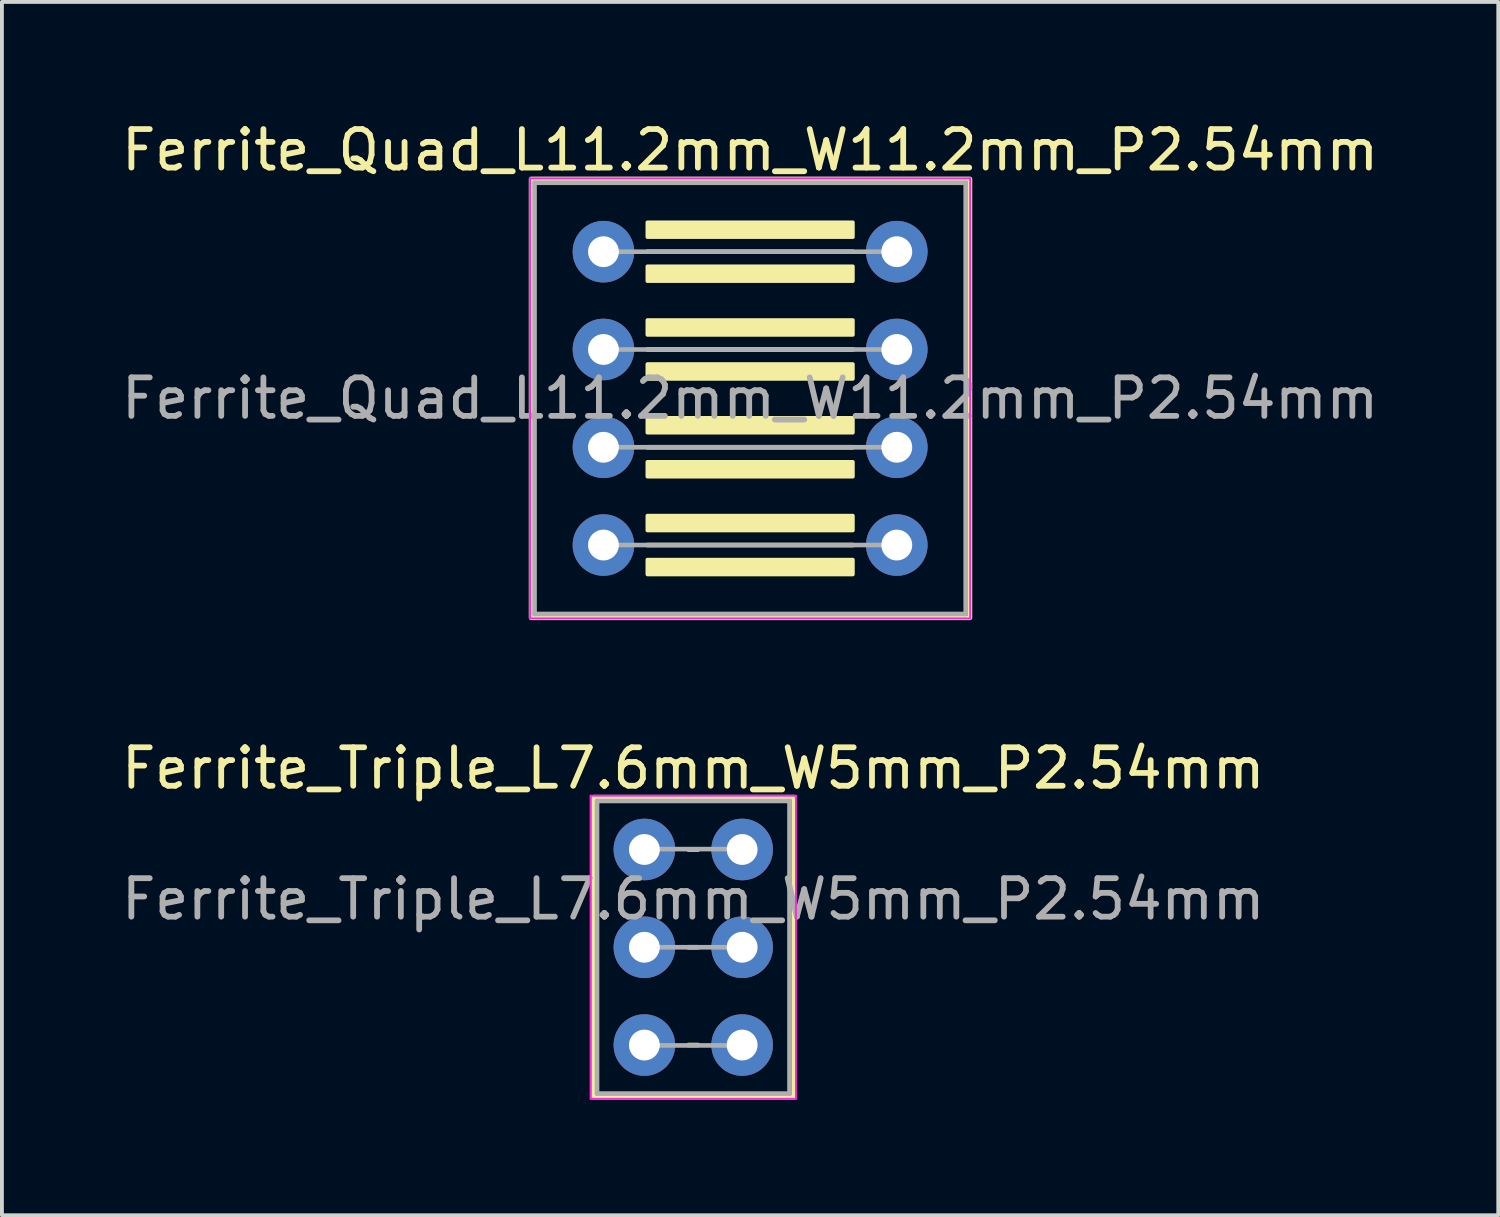
<source format=kicad_pcb>
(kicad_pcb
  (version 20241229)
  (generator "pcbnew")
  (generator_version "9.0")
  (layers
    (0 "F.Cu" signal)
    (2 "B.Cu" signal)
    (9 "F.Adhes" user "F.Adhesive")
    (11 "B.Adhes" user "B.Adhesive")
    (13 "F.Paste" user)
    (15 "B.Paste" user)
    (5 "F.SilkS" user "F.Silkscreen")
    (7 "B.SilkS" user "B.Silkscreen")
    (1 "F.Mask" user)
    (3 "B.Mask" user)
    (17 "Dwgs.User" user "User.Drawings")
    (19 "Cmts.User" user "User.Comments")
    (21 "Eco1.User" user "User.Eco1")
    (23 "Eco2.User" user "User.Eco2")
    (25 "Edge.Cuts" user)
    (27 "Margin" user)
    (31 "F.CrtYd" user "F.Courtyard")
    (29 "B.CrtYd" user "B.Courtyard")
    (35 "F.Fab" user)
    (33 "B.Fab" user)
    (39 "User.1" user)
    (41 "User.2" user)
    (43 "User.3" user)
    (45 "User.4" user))
  (footprint "Ferrite_Triple_L7.6mm_W5mm_P2.54mm"
    (layer "F.Cu")
    (at 14.958 21.556)
    (property "Reference" "Ferrite_Triple_L7.6mm_W5mm_P2.54mm" (at 0 -4.65 0) (layer "F.SilkS") (effects (font (size 1 1) (thickness 0.15))))
    (attr through_hole)
    (fp_line (start -0.127 -2.54) (end 0.127 -2.54) (stroke (width 0.12) (type solid)) (layer "F.SilkS"))
    (fp_line (start -0.127 0) (end 0.127 0) (stroke (width 0.12) (type solid)) (layer "F.SilkS"))
    (fp_line (start -0.127 2.54) (end 0.127 2.54) (stroke (width 0.12) (type solid)) (layer "F.SilkS"))
    (fp_rect (start -2.59 -3.9) (end 2.61 3.9) (stroke (width 0.12) (type solid)) (fill no) (layer "F.SilkS"))
    (fp_line (start -2.667 -3.937) (end 2.667 -3.937) (stroke (width 0.05) (type solid)) (layer "F.CrtYd"))
    (fp_line (start -2.667 3.937) (end -2.667 -3.937) (stroke (width 0.05) (type solid)) (layer "F.CrtYd"))
    (fp_line (start 2.667 -3.937) (end 2.667 3.937) (stroke (width 0.05) (type solid)) (layer "F.CrtYd"))
    (fp_line (start 2.667 3.937) (end -2.667 3.937) (stroke (width 0.05) (type solid)) (layer "F.CrtYd"))
    (fp_line (start -2.5 -3.8) (end 2.5 -3.8) (stroke (width 0.12) (type solid)) (layer "F.Fab"))
    (fp_line (start -2.5 3.8) (end -2.5 -3.8) (stroke (width 0.12) (type solid)) (layer "F.Fab"))
    (fp_line (start -1.25 -2.55) (end 1.3 -2.55) (stroke (width 0.12) (type solid)) (layer "F.Fab"))
    (fp_line (start -1.25 0) (end 1.3 0) (stroke (width 0.12) (type solid)) (layer "F.Fab"))
    (fp_line (start -1.25 2.55) (end 1.3 2.55) (stroke (width 0.12) (type solid)) (layer "F.Fab"))
    (fp_line (start 2.5 -3.8) (end 2.5 3.8) (stroke (width 0.12) (type solid)) (layer "F.Fab"))
    (fp_line (start 2.5 3.8) (end -2.5 3.8) (stroke (width 0.12) (type solid)) (layer "F.Fab"))
    (fp_text user "${REFERENCE}" (at 0 -1.25 0) (layer "F.Fab") (effects (font (size 1 1) (thickness 0.15))))
    (pad "1" thru_hole circle (at -1.27 -2.54) (size 1.6 1.6) (drill 0.8) (layers "*.Cu" "*.Mask"))
    (pad "2" thru_hole circle (at -1.27 0) (size 1.6 1.6) (drill 0.8) (layers "*.Cu" "*.Mask"))
    (pad "3" thru_hole circle (at -1.27 2.54) (size 1.6 1.6) (drill 0.8) (layers "*.Cu" "*.Mask"))
    (pad "4" thru_hole circle (at 1.27 2.54) (size 1.6 1.6) (drill 0.8) (layers "*.Cu" "*.Mask"))
    (pad "5" thru_hole circle (at 1.27 0) (size 1.6 1.6) (drill 0.8) (layers "*.Cu" "*.Mask"))
    (pad "6" thru_hole circle (at 1.27 -2.54) (size 1.6 1.6) (drill 0.8) (layers "*.Cu" "*.Mask")))
  (footprint "Ferrite_Quad_L11.2mm_W11.2mm_P2.54mm"
    (layer "F.Cu")
    (at 16.435 7.298)
    (property "Reference" "Ferrite_Quad_L11.2mm_W11.2mm_P2.54mm" (at 0 -6.45 0) (layer "F.SilkS") (effects (font (size 1 1) (thickness 0.15))))
    (attr through_hole)
    (fp_line (start -2.667 -3.81) (end 2.667 -3.81) (stroke (width 0.12) (type solid)) (layer "F.SilkS"))
    (fp_line (start -2.667 1.27) (end 2.667 1.27) (stroke (width 0.12) (type solid)) (layer "F.SilkS"))
    (fp_line (start 2.667 -1.27) (end -2.667 -1.27) (stroke (width 0.12) (type solid)) (layer "F.SilkS"))
    (fp_line (start 2.667 3.81) (end -2.667 3.81) (stroke (width 0.12) (type solid)) (layer "F.SilkS"))
    (fp_rect (start -5.69 -5.7) (end 5.71 5.7) (stroke (width 0.12) (type solid)) (fill no) (layer "F.SilkS"))
    (fp_poly (pts (xy 2.667 -4.191) (xy -2.667 -4.191) (xy -2.667 -4.572) (xy 2.667 -4.572)) (stroke (width 0.1) (type solid)) (fill yes) (layer "F.SilkS"))
    (fp_poly (pts (xy 2.667 -3.048) (xy -2.667 -3.048) (xy -2.667 -3.429) (xy 2.667 -3.429)) (stroke (width 0.1) (type solid)) (fill yes) (layer "F.SilkS"))
    (fp_poly (pts (xy 2.667 -1.651) (xy -2.667 -1.651) (xy -2.667 -2.032) (xy 2.667 -2.032)) (stroke (width 0.1) (type solid)) (fill yes) (layer "F.SilkS"))
    (fp_poly (pts (xy 2.667 -0.508) (xy -2.667 -0.508) (xy -2.667 -0.889) (xy 2.667 -0.889)) (stroke (width 0.1) (type solid)) (fill yes) (layer "F.SilkS"))
    (fp_poly (pts (xy 2.667 0.889) (xy -2.667 0.889) (xy -2.667 0.508) (xy 2.667 0.508)) (stroke (width 0.1) (type solid)) (fill yes) (layer "F.SilkS"))
    (fp_poly (pts (xy 2.667 2.032) (xy -2.667 2.032) (xy -2.667 1.651) (xy 2.667 1.651)) (stroke (width 0.1) (type solid)) (fill yes) (layer "F.SilkS"))
    (fp_poly (pts (xy 2.667 3.429) (xy -2.667 3.429) (xy -2.667 3.048) (xy 2.667 3.048)) (stroke (width 0.1) (type solid)) (fill yes) (layer "F.SilkS"))
    (fp_poly (pts (xy 2.667 4.572) (xy -2.667 4.572) (xy -2.667 4.191) (xy 2.667 4.191)) (stroke (width 0.1) (type solid)) (fill yes) (layer "F.SilkS"))
    (fp_line (start -5.715 -5.715) (end 5.715 -5.715) (stroke (width 0.05) (type solid)) (layer "F.CrtYd"))
    (fp_line (start -5.715 5.715) (end -5.715 -5.715) (stroke (width 0.05) (type solid)) (layer "F.CrtYd"))
    (fp_line (start 5.715 -5.715) (end 5.715 5.715) (stroke (width 0.05) (type solid)) (layer "F.CrtYd"))
    (fp_line (start 5.715 5.715) (end -5.715 5.715) (stroke (width 0.05) (type solid)) (layer "F.CrtYd"))
    (fp_line (start -5.6 -5.6) (end 5.6 -5.6) (stroke (width 0.12) (type solid)) (layer "F.Fab"))
    (fp_line (start -5.6 5.6) (end -5.6 -5.6) (stroke (width 0.12) (type solid)) (layer "F.Fab"))
    (fp_line (start -3.81 -3.81) (end 3.81 -3.81) (stroke (width 0.12) (type solid)) (layer "F.Fab"))
    (fp_line (start -3.81 -1.27) (end 3.81 -1.27) (stroke (width 0.12) (type solid)) (layer "F.Fab"))
    (fp_line (start -3.81 1.27) (end 3.81 1.27) (stroke (width 0.12) (type solid)) (layer "F.Fab"))
    (fp_line (start -3.81 3.81) (end 3.81 3.81) (stroke (width 0.12) (type solid)) (layer "F.Fab"))
    (fp_line (start 5.6 -5.6) (end 5.6 5.6) (stroke (width 0.12) (type solid)) (layer "F.Fab"))
    (fp_line (start 5.6 5.6) (end -5.6 5.6) (stroke (width 0.12) (type solid)) (layer "F.Fab"))
    (fp_text user "${REFERENCE}" (at 0 0 0) (layer "F.Fab") (effects (font (size 1 1) (thickness 0.15))))
    (pad "1" thru_hole circle (at -3.81 -3.81) (size 1.6 1.6) (drill 0.8) (layers "*.Cu" "*.Mask"))
    (pad "2" thru_hole circle (at -3.81 -1.27) (size 1.6 1.6) (drill 0.8) (layers "*.Cu" "*.Mask"))
    (pad "3" thru_hole circle (at -3.81 1.27) (size 1.6 1.6) (drill 0.8) (layers "*.Cu" "*.Mask"))
    (pad "3" thru_hole circle (at -3.81 3.81) (size 1.6 1.6) (drill 0.8) (layers "*.Cu" "*.Mask"))
    (pad "4" thru_hole circle (at 3.81 1.27) (size 1.6 1.6) (drill 0.8) (layers "*.Cu" "*.Mask"))
    (pad "4" thru_hole circle (at 3.81 3.81) (size 1.6 1.6) (drill 0.8) (layers "*.Cu" "*.Mask"))
    (pad "5" thru_hole circle (at 3.81 -1.27) (size 1.6 1.6) (drill 0.8) (layers "*.Cu" "*.Mask"))
    (pad "6" thru_hole circle (at 3.81 -3.81) (size 1.6 1.6) (drill 0.8) (layers "*.Cu" "*.Mask")))
  (gr_rect
    (start -3 -3)
    (end 35.869 28.518)
    (stroke (width 0.1) (type default))
    (fill no)
    (layer "Edge.Cuts")))
</source>
